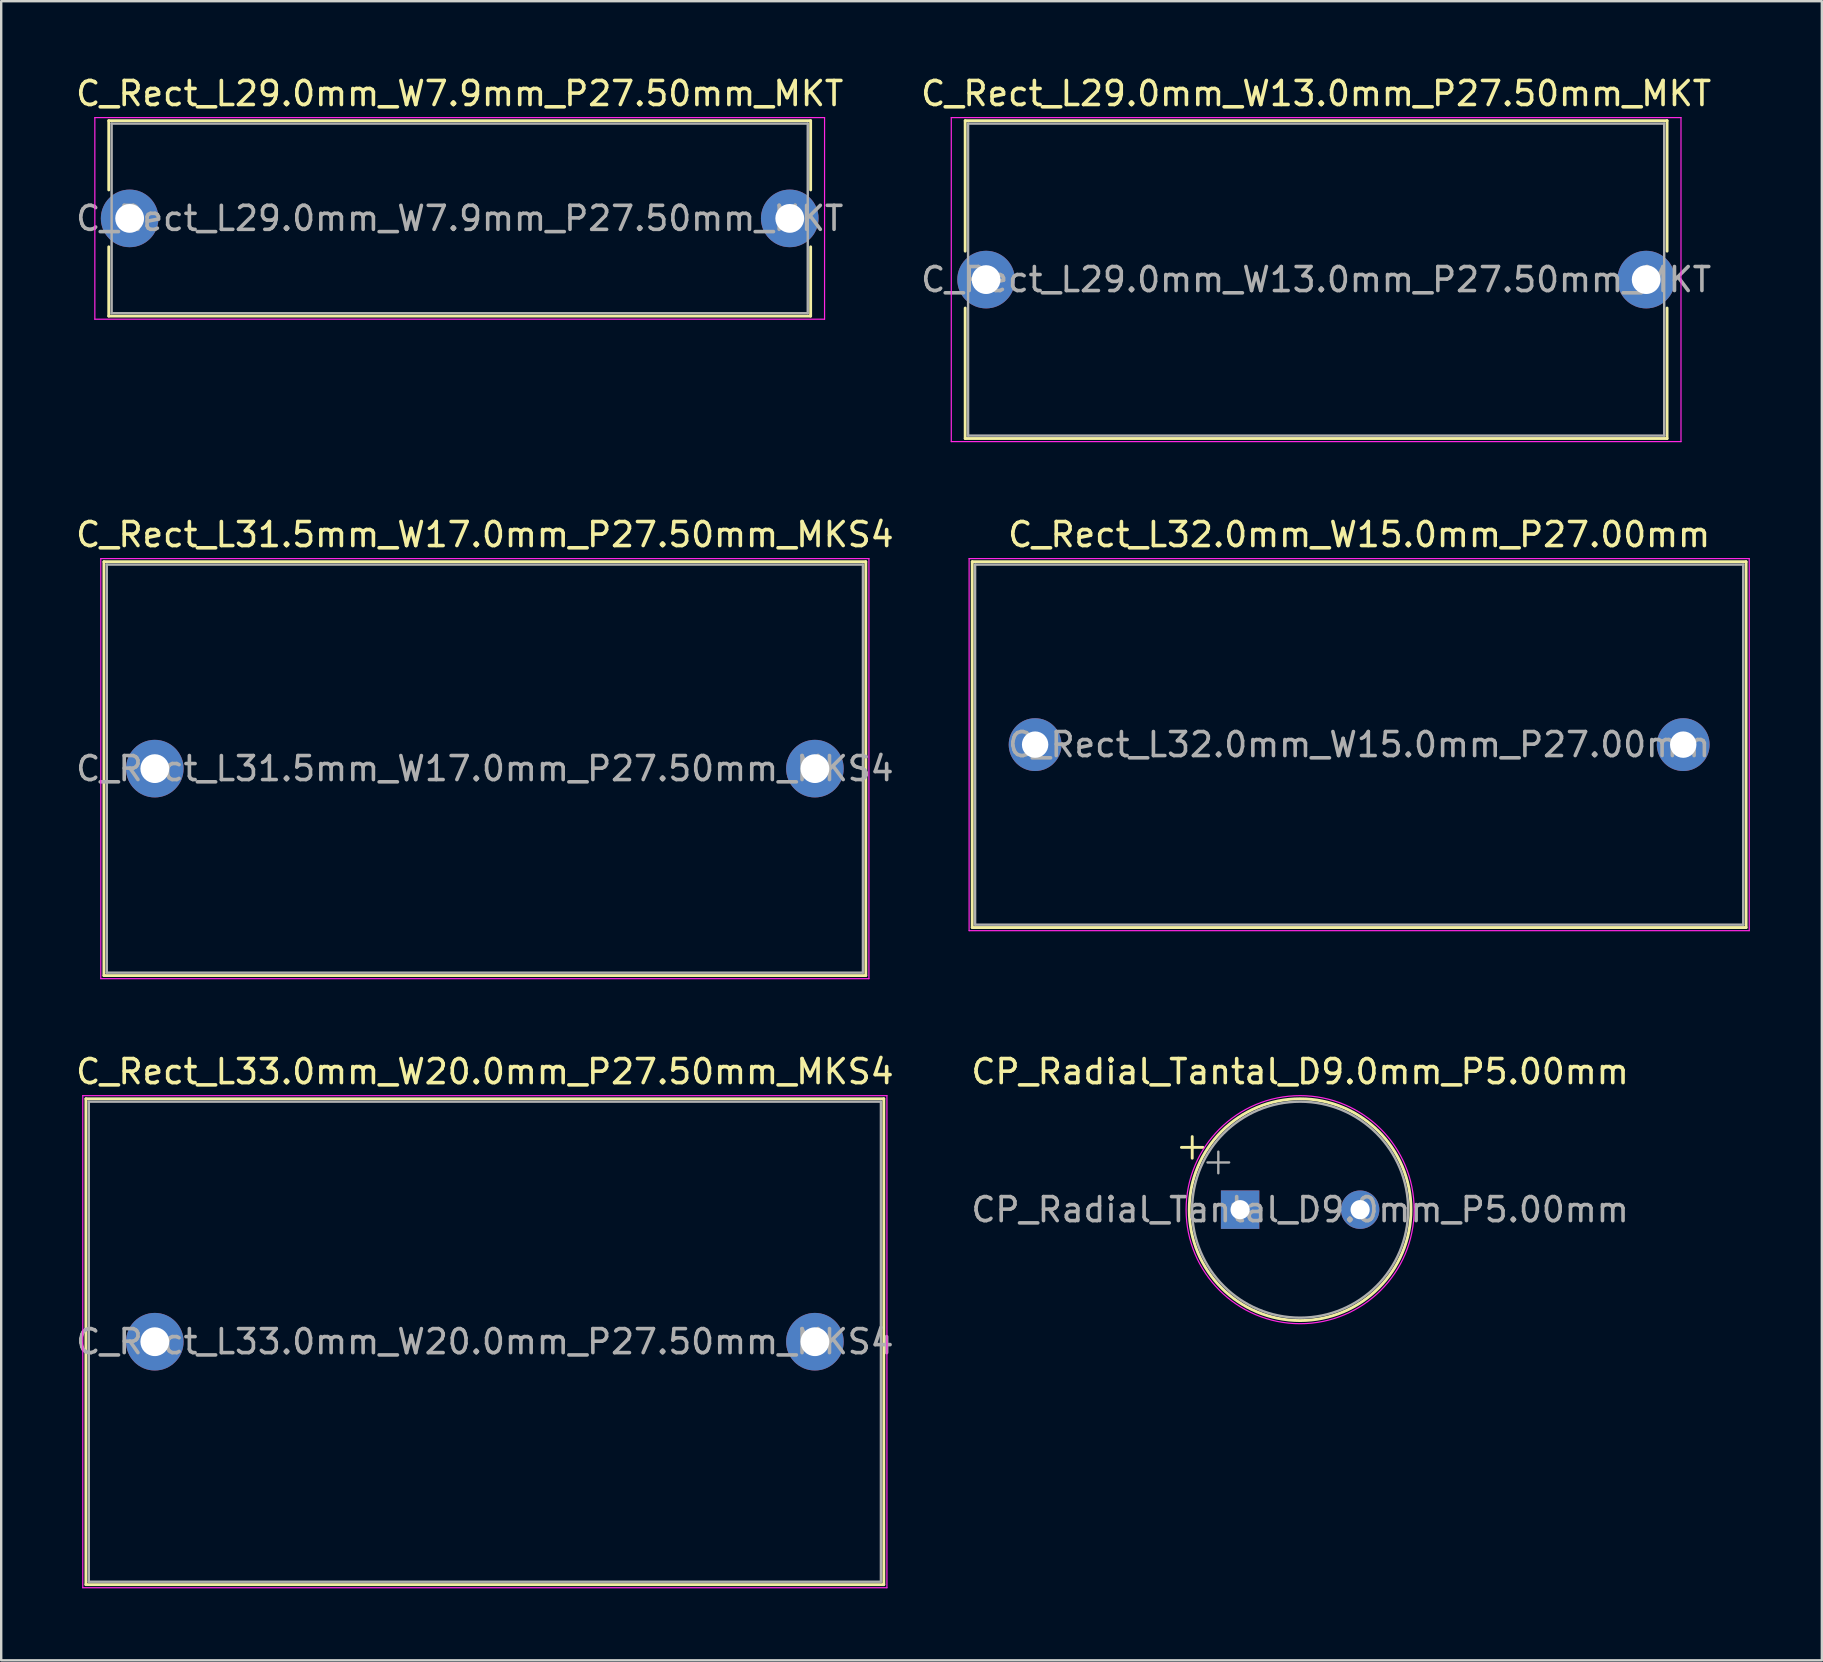
<source format=kicad_pcb>
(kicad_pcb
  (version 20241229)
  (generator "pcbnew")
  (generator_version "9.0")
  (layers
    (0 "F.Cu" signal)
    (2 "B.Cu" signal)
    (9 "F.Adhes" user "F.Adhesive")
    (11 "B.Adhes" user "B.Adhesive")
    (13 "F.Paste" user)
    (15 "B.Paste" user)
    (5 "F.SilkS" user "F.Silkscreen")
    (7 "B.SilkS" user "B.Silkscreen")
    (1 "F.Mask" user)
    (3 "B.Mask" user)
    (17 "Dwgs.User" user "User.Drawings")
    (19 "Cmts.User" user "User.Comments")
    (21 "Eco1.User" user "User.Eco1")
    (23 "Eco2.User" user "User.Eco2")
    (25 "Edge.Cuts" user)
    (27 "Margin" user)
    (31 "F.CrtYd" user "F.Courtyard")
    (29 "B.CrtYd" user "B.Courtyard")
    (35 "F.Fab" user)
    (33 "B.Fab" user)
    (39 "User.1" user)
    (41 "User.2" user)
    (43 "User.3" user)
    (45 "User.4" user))
  (footprint "C_Rect_L31.5mm_W17.0mm_P27.50mm_MKS4"
    (layer "F.Cu")
    (at 3.399 28.971)
    (property "Reference" "C_Rect_L31.5mm_W17.0mm_P27.50mm_MKS4" (at 13.75 -9.75 0) (layer "F.SilkS") (effects (font (size 1 1) (thickness 0.15))))
    (attr through_hole)
    (fp_line (start -2.12 -8.62) (end -2.12 8.62) (stroke (width 0.12) (type solid)) (layer "F.SilkS"))
    (fp_line (start -2.12 -8.62) (end 29.62 -8.62) (stroke (width 0.12) (type solid)) (layer "F.SilkS"))
    (fp_line (start -2.12 8.62) (end 29.62 8.62) (stroke (width 0.12) (type solid)) (layer "F.SilkS"))
    (fp_line (start 29.62 -8.62) (end 29.62 8.62) (stroke (width 0.12) (type solid)) (layer "F.SilkS"))
    (fp_line (start -2.25 -8.75) (end -2.25 8.75) (stroke (width 0.05) (type solid)) (layer "F.CrtYd"))
    (fp_line (start -2.25 8.75) (end 29.75 8.75) (stroke (width 0.05) (type solid)) (layer "F.CrtYd"))
    (fp_line (start 29.75 -8.75) (end -2.25 -8.75) (stroke (width 0.05) (type solid)) (layer "F.CrtYd"))
    (fp_line (start 29.75 8.75) (end 29.75 -8.75) (stroke (width 0.05) (type solid)) (layer "F.CrtYd"))
    (fp_line (start -2 -8.5) (end -2 8.5) (stroke (width 0.1) (type solid)) (layer "F.Fab"))
    (fp_line (start -2 8.5) (end 29.5 8.5) (stroke (width 0.1) (type solid)) (layer "F.Fab"))
    (fp_line (start 29.5 -8.5) (end -2 -8.5) (stroke (width 0.1) (type solid)) (layer "F.Fab"))
    (fp_line (start 29.5 8.5) (end 29.5 -8.5) (stroke (width 0.1) (type solid)) (layer "F.Fab"))
    (fp_text user "${REFERENCE}" (at 13.75 0 0) (layer "F.Fab") (effects (font (size 1 1) (thickness 0.15))))
    (pad "1" thru_hole circle (at 0 0) (size 2.4 2.4) (drill 1.2) (layers "*.Cu" "*.Mask"))
    (pad "2" thru_hole circle (at 27.5 0) (size 2.4 2.4) (drill 1.2) (layers "*.Cu" "*.Mask")))
  (footprint "C_Rect_L32.0mm_W15.0mm_P27.00mm"
    (layer "F.Cu")
    (at 40.073 27.971)
    (property "Reference" "C_Rect_L32.0mm_W15.0mm_P27.00mm" (at 13.5 -8.75 0) (layer "F.SilkS") (effects (font (size 1 1) (thickness 0.15))))
    (attr through_hole)
    (fp_line (start -2.62 -7.62) (end -2.62 7.62) (stroke (width 0.12) (type solid)) (layer "F.SilkS"))
    (fp_line (start -2.62 -7.62) (end 29.62 -7.62) (stroke (width 0.12) (type solid)) (layer "F.SilkS"))
    (fp_line (start -2.62 7.62) (end 29.62 7.62) (stroke (width 0.12) (type solid)) (layer "F.SilkS"))
    (fp_line (start 29.62 -7.62) (end 29.62 7.62) (stroke (width 0.12) (type solid)) (layer "F.SilkS"))
    (fp_line (start -2.75 -7.75) (end -2.75 7.75) (stroke (width 0.05) (type solid)) (layer "F.CrtYd"))
    (fp_line (start -2.75 7.75) (end 29.75 7.75) (stroke (width 0.05) (type solid)) (layer "F.CrtYd"))
    (fp_line (start 29.75 -7.75) (end -2.75 -7.75) (stroke (width 0.05) (type solid)) (layer "F.CrtYd"))
    (fp_line (start 29.75 7.75) (end 29.75 -7.75) (stroke (width 0.05) (type solid)) (layer "F.CrtYd"))
    (fp_line (start -2.5 -7.5) (end -2.5 7.5) (stroke (width 0.1) (type solid)) (layer "F.Fab"))
    (fp_line (start -2.5 7.5) (end 29.5 7.5) (stroke (width 0.1) (type solid)) (layer "F.Fab"))
    (fp_line (start 29.5 -7.5) (end -2.5 -7.5) (stroke (width 0.1) (type solid)) (layer "F.Fab"))
    (fp_line (start 29.5 7.5) (end 29.5 -7.5) (stroke (width 0.1) (type solid)) (layer "F.Fab"))
    (fp_text user "${REFERENCE}" (at 13.5 0 0) (layer "F.Fab") (effects (font (size 1 1) (thickness 0.15))))
    (pad "1" thru_hole circle (at 0 0) (size 2.2 2.2) (drill 1.1) (layers "*.Cu" "*.Mask"))
    (pad "2" thru_hole circle (at 27 0) (size 2.2 2.2) (drill 1.1) (layers "*.Cu" "*.Mask")))
  (footprint "C_Rect_L29.0mm_W13.0mm_P27.50mm_MKT"
    (layer "F.Cu")
    (at 38.03 8.598)
    (property "Reference" "C_Rect_L29.0mm_W13.0mm_P27.50mm_MKT" (at 13.75 -7.75 0) (layer "F.SilkS") (effects (font (size 1 1) (thickness 0.15))))
    (attr through_hole)
    (fp_line (start -0.87 -6.62) (end -0.87 -1.185) (stroke (width 0.12) (type solid)) (layer "F.SilkS"))
    (fp_line (start -0.87 -6.62) (end 28.37 -6.62) (stroke (width 0.12) (type solid)) (layer "F.SilkS"))
    (fp_line (start -0.87 1.185) (end -0.87 6.62) (stroke (width 0.12) (type solid)) (layer "F.SilkS"))
    (fp_line (start -0.87 6.62) (end 28.37 6.62) (stroke (width 0.12) (type solid)) (layer "F.SilkS"))
    (fp_line (start 28.37 -6.62) (end 28.37 -1.185) (stroke (width 0.12) (type solid)) (layer "F.SilkS"))
    (fp_line (start 28.37 1.185) (end 28.37 6.62) (stroke (width 0.12) (type solid)) (layer "F.SilkS"))
    (fp_line (start -1.45 -6.75) (end -1.45 6.75) (stroke (width 0.05) (type solid)) (layer "F.CrtYd"))
    (fp_line (start -1.45 6.75) (end 28.95 6.75) (stroke (width 0.05) (type solid)) (layer "F.CrtYd"))
    (fp_line (start 28.95 -6.75) (end -1.45 -6.75) (stroke (width 0.05) (type solid)) (layer "F.CrtYd"))
    (fp_line (start 28.95 6.75) (end 28.95 -6.75) (stroke (width 0.05) (type solid)) (layer "F.CrtYd"))
    (fp_line (start -0.75 -6.5) (end -0.75 6.5) (stroke (width 0.1) (type solid)) (layer "F.Fab"))
    (fp_line (start -0.75 6.5) (end 28.25 6.5) (stroke (width 0.1) (type solid)) (layer "F.Fab"))
    (fp_line (start 28.25 -6.5) (end -0.75 -6.5) (stroke (width 0.1) (type solid)) (layer "F.Fab"))
    (fp_line (start 28.25 6.5) (end 28.25 -6.5) (stroke (width 0.1) (type solid)) (layer "F.Fab"))
    (fp_text user "${REFERENCE}" (at 13.75 0 0) (layer "F.Fab") (effects (font (size 1 1) (thickness 0.15))))
    (pad "1" thru_hole circle (at 0 0) (size 2.4 2.4) (drill 1.2) (layers "*.Cu" "*.Mask"))
    (pad "2" thru_hole circle (at 27.5 0) (size 2.4 2.4) (drill 1.2) (layers "*.Cu" "*.Mask")))
  (footprint "C_Rect_L33.0mm_W20.0mm_P27.50mm_MKS4"
    (layer "F.Cu")
    (at 3.399 52.845)
    (property "Reference" "C_Rect_L33.0mm_W20.0mm_P27.50mm_MKS4" (at 13.75 -11.25 0) (layer "F.SilkS") (effects (font (size 1 1) (thickness 0.15))))
    (attr through_hole)
    (fp_line (start -2.87 -10.12) (end -2.87 10.12) (stroke (width 0.12) (type solid)) (layer "F.SilkS"))
    (fp_line (start -2.87 -10.12) (end 30.37 -10.12) (stroke (width 0.12) (type solid)) (layer "F.SilkS"))
    (fp_line (start -2.87 10.12) (end 30.37 10.12) (stroke (width 0.12) (type solid)) (layer "F.SilkS"))
    (fp_line (start 30.37 -10.12) (end 30.37 10.12) (stroke (width 0.12) (type solid)) (layer "F.SilkS"))
    (fp_line (start -3 -10.25) (end -3 10.25) (stroke (width 0.05) (type solid)) (layer "F.CrtYd"))
    (fp_line (start -3 10.25) (end 30.5 10.25) (stroke (width 0.05) (type solid)) (layer "F.CrtYd"))
    (fp_line (start 30.5 -10.25) (end -3 -10.25) (stroke (width 0.05) (type solid)) (layer "F.CrtYd"))
    (fp_line (start 30.5 10.25) (end 30.5 -10.25) (stroke (width 0.05) (type solid)) (layer "F.CrtYd"))
    (fp_line (start -2.75 -10) (end -2.75 10) (stroke (width 0.1) (type solid)) (layer "F.Fab"))
    (fp_line (start -2.75 10) (end 30.25 10) (stroke (width 0.1) (type solid)) (layer "F.Fab"))
    (fp_line (start 30.25 -10) (end -2.75 -10) (stroke (width 0.1) (type solid)) (layer "F.Fab"))
    (fp_line (start 30.25 10) (end 30.25 -10) (stroke (width 0.1) (type solid)) (layer "F.Fab"))
    (fp_text user "${REFERENCE}" (at 13.75 0 0) (layer "F.Fab") (effects (font (size 1 1) (thickness 0.15))))
    (pad "1" thru_hole circle (at 0 0) (size 2.4 2.4) (drill 1.2) (layers "*.Cu" "*.Mask"))
    (pad "2" thru_hole circle (at 27.5 0) (size 2.4 2.4) (drill 1.2) (layers "*.Cu" "*.Mask")))
  (footprint "C_Rect_L29.0mm_W7.9mm_P27.50mm_MKT"
    (layer "F.Cu")
    (at 2.351 6.048)
    (property "Reference" "C_Rect_L29.0mm_W7.9mm_P27.50mm_MKT" (at 13.75 -5.2 0) (layer "F.SilkS") (effects (font (size 1 1) (thickness 0.15))))
    (attr through_hole)
    (fp_line (start -0.87 -4.07) (end -0.87 -1.185) (stroke (width 0.12) (type solid)) (layer "F.SilkS"))
    (fp_line (start -0.87 -4.07) (end 28.37 -4.07) (stroke (width 0.12) (type solid)) (layer "F.SilkS"))
    (fp_line (start -0.87 1.185) (end -0.87 4.07) (stroke (width 0.12) (type solid)) (layer "F.SilkS"))
    (fp_line (start -0.87 4.07) (end 28.37 4.07) (stroke (width 0.12) (type solid)) (layer "F.SilkS"))
    (fp_line (start 28.37 -4.07) (end 28.37 -1.185) (stroke (width 0.12) (type solid)) (layer "F.SilkS"))
    (fp_line (start 28.37 1.185) (end 28.37 4.07) (stroke (width 0.12) (type solid)) (layer "F.SilkS"))
    (fp_line (start -1.45 -4.2) (end -1.45 4.2) (stroke (width 0.05) (type solid)) (layer "F.CrtYd"))
    (fp_line (start -1.45 4.2) (end 28.95 4.2) (stroke (width 0.05) (type solid)) (layer "F.CrtYd"))
    (fp_line (start 28.95 -4.2) (end -1.45 -4.2) (stroke (width 0.05) (type solid)) (layer "F.CrtYd"))
    (fp_line (start 28.95 4.2) (end 28.95 -4.2) (stroke (width 0.05) (type solid)) (layer "F.CrtYd"))
    (fp_line (start -0.75 -3.95) (end -0.75 3.95) (stroke (width 0.1) (type solid)) (layer "F.Fab"))
    (fp_line (start -0.75 3.95) (end 28.25 3.95) (stroke (width 0.1) (type solid)) (layer "F.Fab"))
    (fp_line (start 28.25 -3.95) (end -0.75 -3.95) (stroke (width 0.1) (type solid)) (layer "F.Fab"))
    (fp_line (start 28.25 3.95) (end 28.25 -3.95) (stroke (width 0.1) (type solid)) (layer "F.Fab"))
    (fp_text user "${REFERENCE}" (at 13.75 0 0) (layer "F.Fab") (effects (font (size 1 1) (thickness 0.15))))
    (pad "1" thru_hole circle (at 0 0) (size 2.4 2.4) (drill 1.2) (layers "*.Cu" "*.Mask"))
    (pad "2" thru_hole circle (at 27.5 0) (size 2.4 2.4) (drill 1.2) (layers "*.Cu" "*.Mask")))
  (footprint "CP_Radial_Tantal_D9.0mm_P5.00mm"
    (layer "F.Cu")
    (at 48.613 47.345)
    (property "Reference" "CP_Radial_Tantal_D9.0mm_P5.00mm" (at 2.5 -5.75 0) (layer "F.SilkS") (effects (font (size 1 1) (thickness 0.15))))
    (attr through_hole)
    (fp_line (start -2.445 -2.595) (end -1.545 -2.595) (stroke (width 0.12) (type solid)) (layer "F.SilkS"))
    (fp_line (start -1.995 -3.045) (end -1.995 -2.145) (stroke (width 0.12) (type solid)) (layer "F.SilkS"))
    (fp_circle (center 2.5 0) (end 7.12 0) (stroke (width 0.12) (type solid)) (fill no) (layer "F.SilkS"))
    (fp_circle (center 2.5 0) (end 7.25 0) (stroke (width 0.05) (type solid)) (fill no) (layer "F.CrtYd"))
    (fp_line (start -1.358 -1.968) (end -0.458 -1.968) (stroke (width 0.1) (type solid)) (layer "F.Fab"))
    (fp_line (start -0.908 -2.417) (end -0.908 -1.518) (stroke (width 0.1) (type solid)) (layer "F.Fab"))
    (fp_circle (center 2.5 0) (end 7 0) (stroke (width 0.1) (type solid)) (fill no) (layer "F.Fab"))
    (fp_text user "${REFERENCE}" (at 2.5 0 0) (layer "F.Fab") (effects (font (size 1 1) (thickness 0.15))))
    (pad "1" thru_hole rect (at 0 0) (size 1.6 1.6) (drill 0.8) (layers "*.Cu" "*.Mask"))
    (pad "2" thru_hole circle (at 5 0) (size 1.6 1.6) (drill 0.8) (layers "*.Cu" "*.Mask")))
  (gr_rect
    (start -3 -3)
    (end 72.848 66.12)
    (stroke (width 0.1) (type default))
    (fill no)
    (layer "Edge.Cuts")))
</source>
